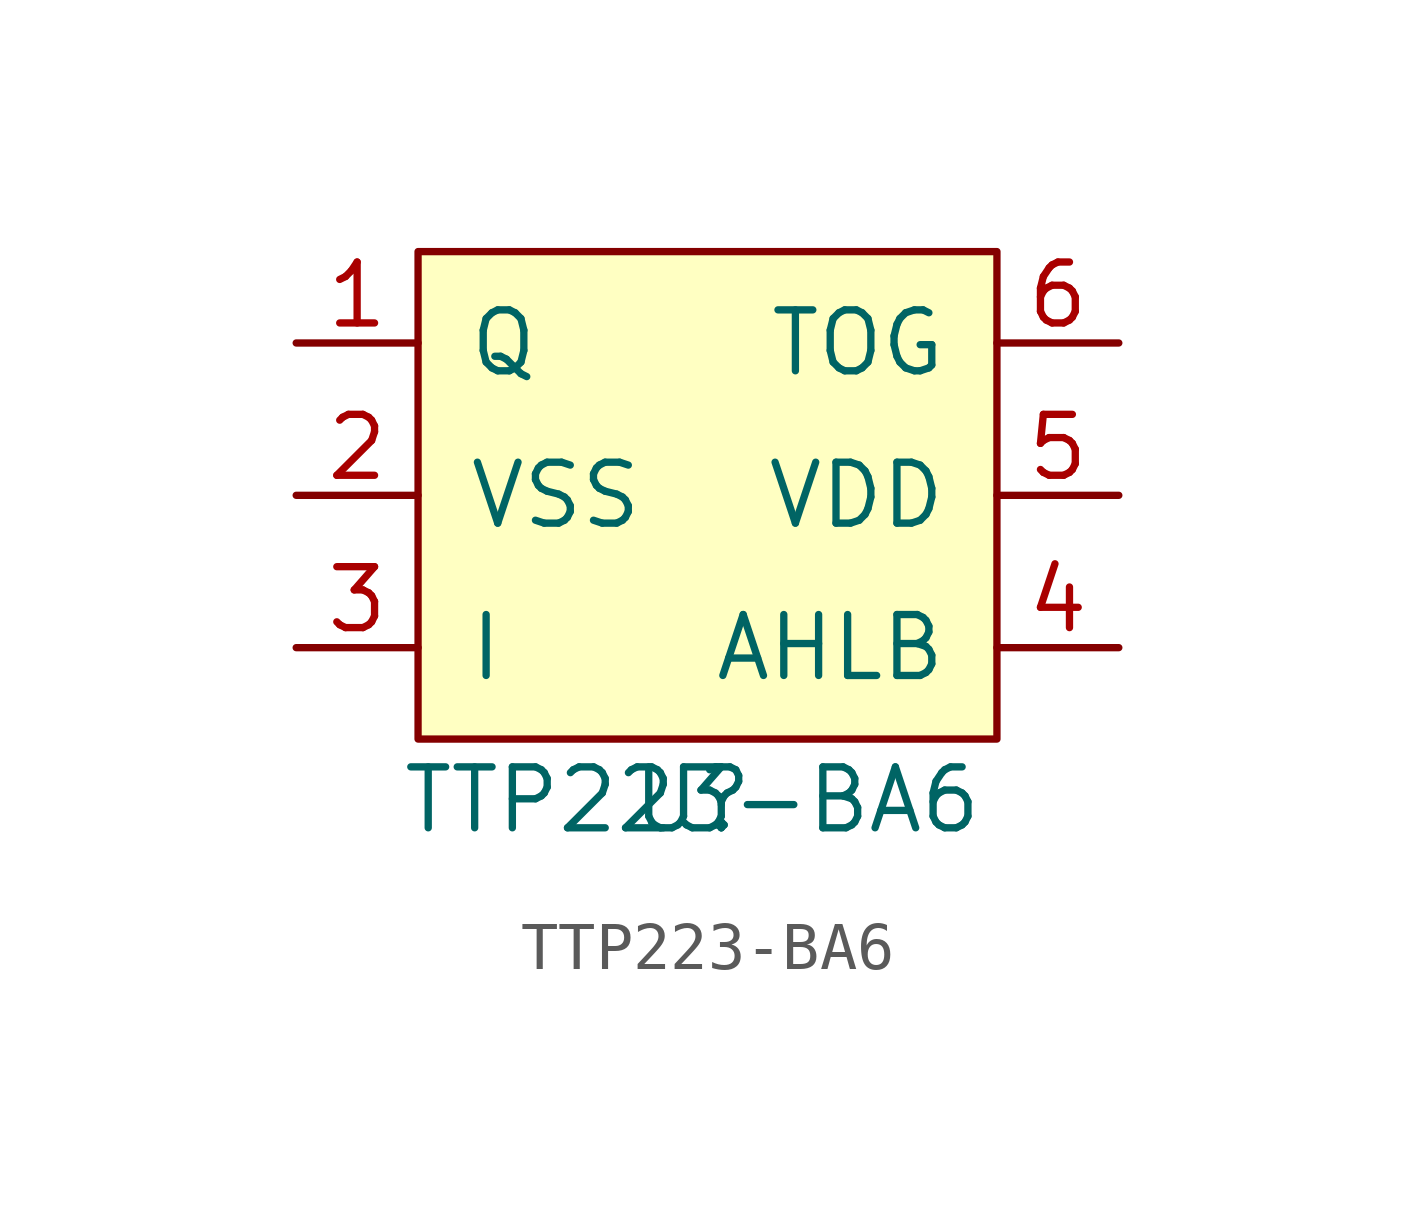
<source format=kicad_sym>
(kicad_symbol_lib
  (version 20211014)
  (generator kicad_symbol_editor)
  (symbol "TTP223-BA6"
    (pin_names
      (offset 1.016))
    (property "Reference" "U"
      (at 0 -1.27 0)
      (effects (font (size 1.27 1.27))))
    (property "Value" "TTP223-BA6"
      (at 0 -1.27 0)
      (effects (font (size 1.27 1.27))))
    (symbol "TTP223-BA6_0_1"
      (rectangle (start -5.715 10.16) (end 6.35 0) (stroke (width 0) (type default) (color 0 0 0 0)) (fill (type background))))
    (symbol "TTP223-BA6_1_1"
      (pin passive line (at -8.255 8.255 0) (length 2.54) (name "Q" (effects (font (size 1.27 1.27)))) (number "1" (effects (font (size 1.27 1.27)))))
      (pin passive line (at -8.255 5.08 0) (length 2.54) (name "VSS" (effects (font (size 1.27 1.27)))) (number "2" (effects (font (size 1.27 1.27)))))
      (pin passive line (at -8.255 1.905 0) (length 2.54) (name "I" (effects (font (size 1.27 1.27)))) (number "3" (effects (font (size 1.27 1.27)))))
      (pin passive line (at 8.89 1.905 180) (length 2.54) (name "AHLB" (effects (font (size 1.27 1.27)))) (number "4" (effects (font (size 1.27 1.27)))))
      (pin passive line (at 8.89 5.08 180) (length 2.54) (name "VDD" (effects (font (size 1.27 1.27)))) (number "5" (effects (font (size 1.27 1.27)))))
      (pin passive line (at 8.89 8.255 180) (length 2.54) (name "TOG" (effects (font (size 1.27 1.27)))) (number "6" (effects (font (size 1.27 1.27))))))))
</source>
